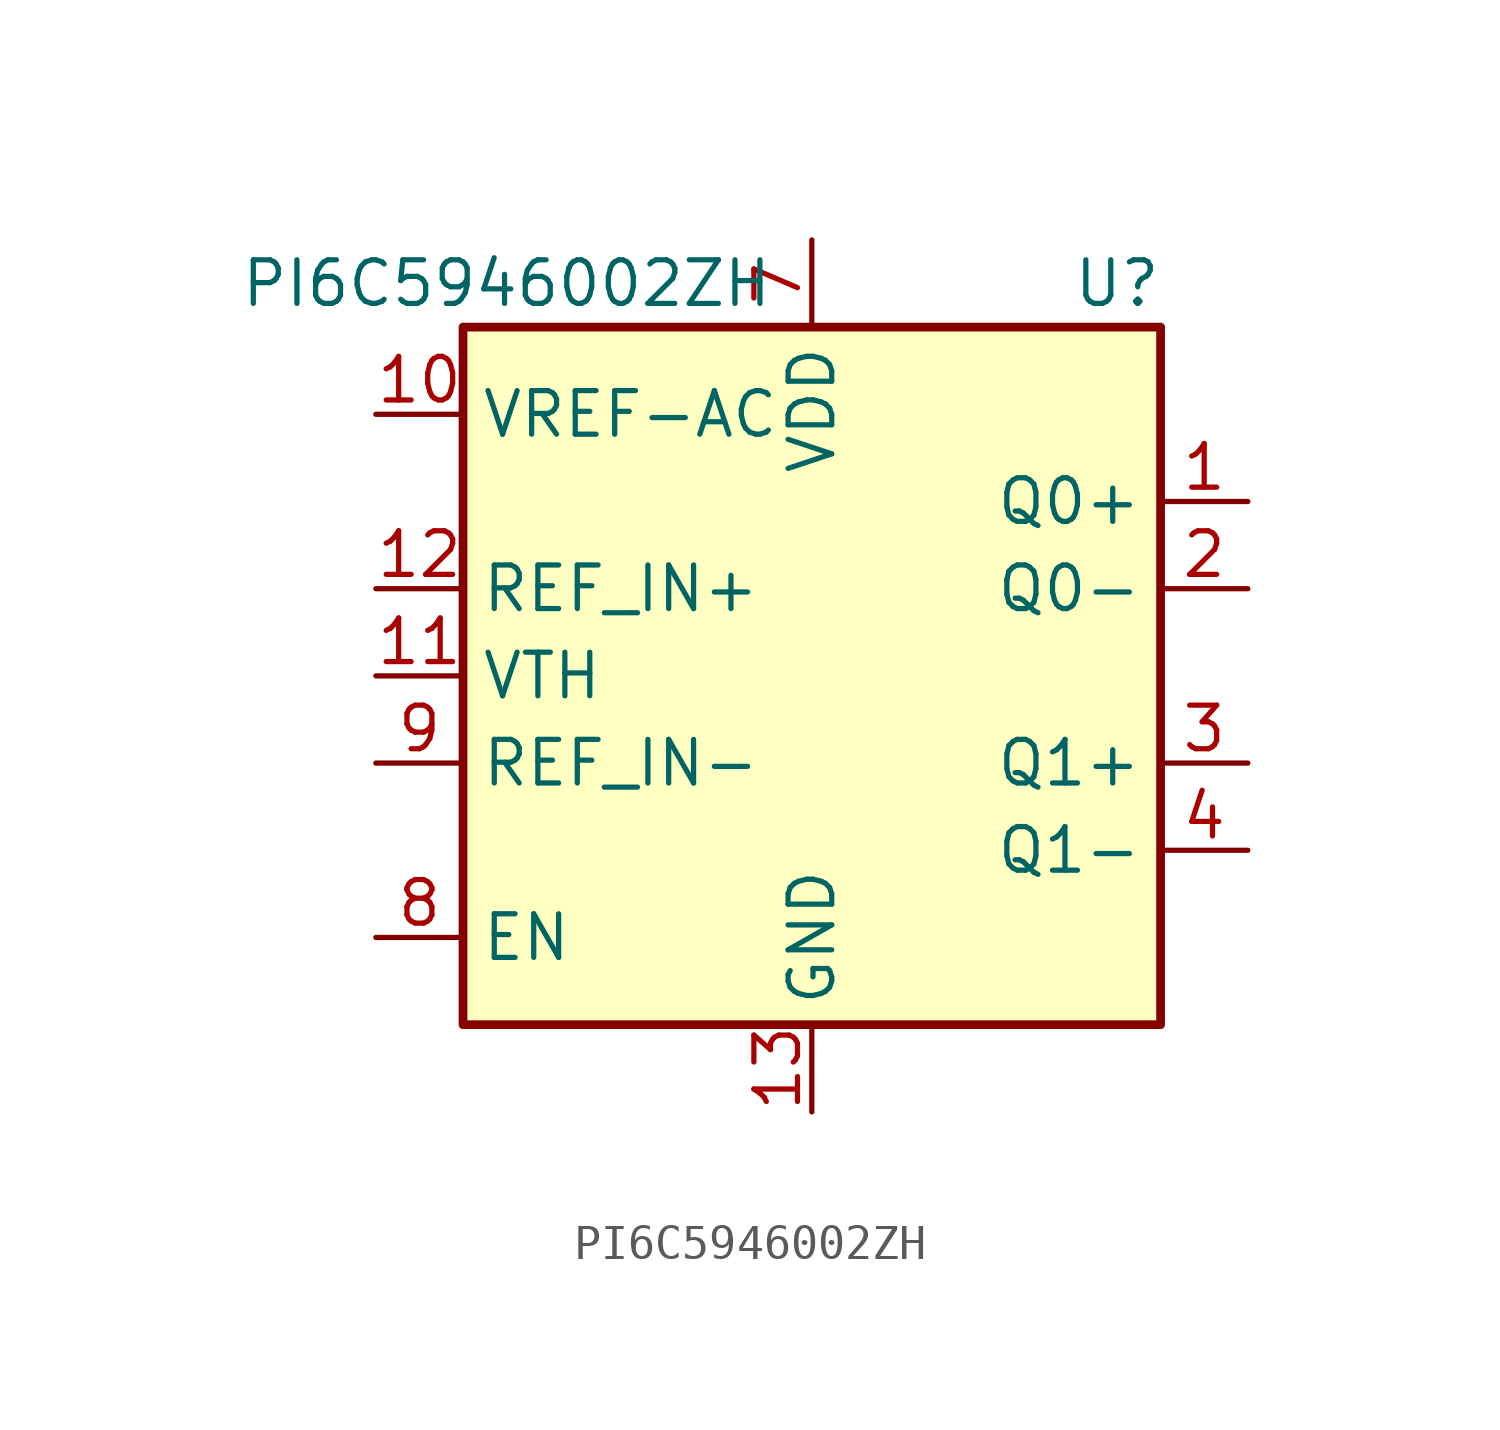
<source format=kicad_sym>
(kicad_symbol_lib
  (version 20211014)
  (generator kicad_symbol_editor)
  (symbol "PI6C5946002ZH"
    (property "Reference" "U"
      (at 8.89 11.43 0)
      (effects (font (size 1.27 1.27))))
    (property "Value" "PI6C5946002ZH"
      (at -8.89 11.43 0)
      (effects (font (size 1.27 1.27))))
    (symbol "PI6C5946002ZH_0_1"
      (rectangle (start -10.16 10.16) (end 10.16 -10.16) (stroke (width 0.254) (type default) (color 0 0 0 0)) (fill (type background))))
    (symbol "PI6C5946002ZH_1_1"
      (pin output line (at 12.7 5.08 180) (length 2.54) (name "Q0+" (effects (font (size 1.27 1.27)))) (number "1" (effects (font (size 1.27 1.27)))))
      (pin output line (at -12.7 7.62 0) (length 2.54) (name "VREF-AC" (effects (font (size 1.27 1.27)))) (number "10" (effects (font (size 1.27 1.27)))))
      (pin input line (at -12.7 0 0) (length 2.54) (name "VTH" (effects (font (size 1.27 1.27)))) (number "11" (effects (font (size 1.27 1.27)))))
      (pin input line (at -12.7 2.54 0) (length 2.54) (name "REF_IN+" (effects (font (size 1.27 1.27)))) (number "12" (effects (font (size 1.27 1.27)))))
      (pin power_in line (at 0 -12.7 90) (length 2.54) (name "GND" (effects (font (size 1.27 1.27)))) (number "13" (effects (font (size 1.27 1.27)))))
      (pin passive line (at 0 12.7 270) (length 2.54) hide (name "VDD" (effects (font (size 1.27 1.27)))) (number "14" (effects (font (size 1.27 1.27)))))
      (pin no_connect line (at 10.16 -7.62 180) (length 2.54) hide (name "DNC" (effects (font (size 1.27 1.27)))) (number "15" (effects (font (size 1.27 1.27)))))
      (pin no_connect line (at 10.16 7.62 180) (length 2.54) hide (name "DNC" (effects (font (size 1.27 1.27)))) (number "16" (effects (font (size 1.27 1.27)))))
      (pin passive line (at 0 -12.7 90) (length 2.54) hide (name "GND" (effects (font (size 1.27 1.27)))) (number "17" (effects (font (size 1.27 1.27)))))
      (pin output line (at 12.7 2.54 180) (length 2.54) (name "Q0-" (effects (font (size 1.27 1.27)))) (number "2" (effects (font (size 1.27 1.27)))))
      (pin output line (at 12.7 -2.54 180) (length 2.54) (name "Q1+" (effects (font (size 1.27 1.27)))) (number "3" (effects (font (size 1.27 1.27)))))
      (pin output line (at 12.7 -5.08 180) (length 2.54) (name "Q1-" (effects (font (size 1.27 1.27)))) (number "4" (effects (font (size 1.27 1.27)))))
      (pin no_connect line (at -10.16 5.08 0) (length 2.54) hide (name "DNC" (effects (font (size 1.27 1.27)))) (number "5" (effects (font (size 1.27 1.27)))))
      (pin no_connect line (at -10.16 -5.08 0) (length 2.54) hide (name "DNC" (effects (font (size 1.27 1.27)))) (number "6" (effects (font (size 1.27 1.27)))))
      (pin power_in line (at 0 12.7 270) (length 2.54) (name "VDD" (effects (font (size 1.27 1.27)))) (number "7" (effects (font (size 1.27 1.27)))))
      (pin input line (at -12.7 -7.62 0) (length 2.54) (name "EN" (effects (font (size 1.27 1.27)))) (number "8" (effects (font (size 1.27 1.27)))))
      (pin input line (at -12.7 -2.54 0) (length 2.54) (name "REF_IN-" (effects (font (size 1.27 1.27)))) (number "9" (effects (font (size 1.27 1.27))))))))
</source>
